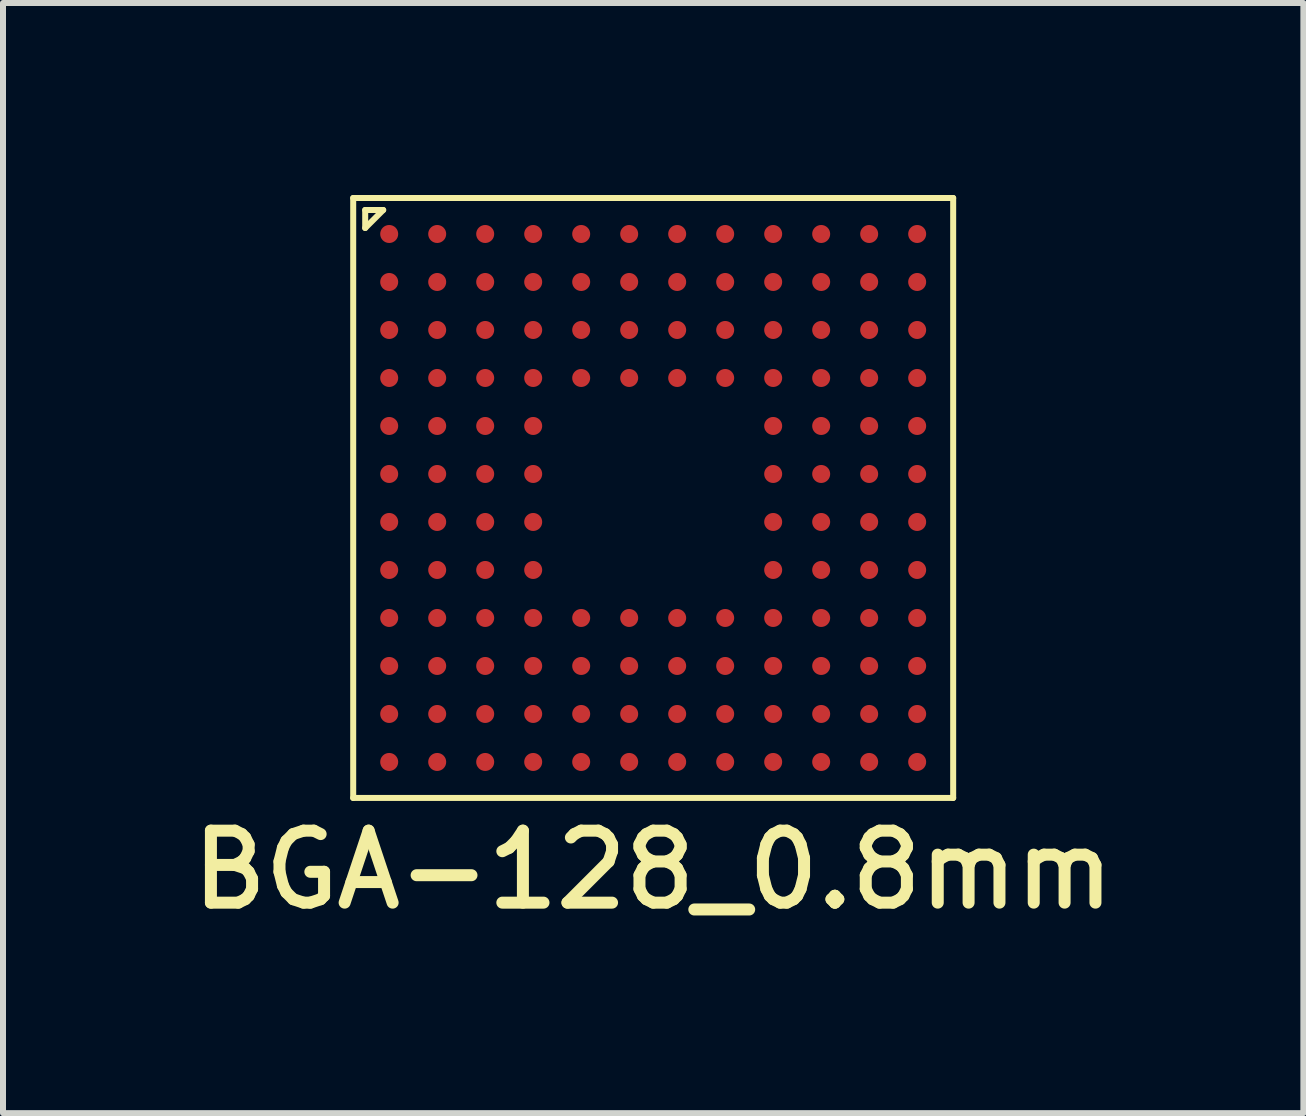
<source format=kicad_pcb>
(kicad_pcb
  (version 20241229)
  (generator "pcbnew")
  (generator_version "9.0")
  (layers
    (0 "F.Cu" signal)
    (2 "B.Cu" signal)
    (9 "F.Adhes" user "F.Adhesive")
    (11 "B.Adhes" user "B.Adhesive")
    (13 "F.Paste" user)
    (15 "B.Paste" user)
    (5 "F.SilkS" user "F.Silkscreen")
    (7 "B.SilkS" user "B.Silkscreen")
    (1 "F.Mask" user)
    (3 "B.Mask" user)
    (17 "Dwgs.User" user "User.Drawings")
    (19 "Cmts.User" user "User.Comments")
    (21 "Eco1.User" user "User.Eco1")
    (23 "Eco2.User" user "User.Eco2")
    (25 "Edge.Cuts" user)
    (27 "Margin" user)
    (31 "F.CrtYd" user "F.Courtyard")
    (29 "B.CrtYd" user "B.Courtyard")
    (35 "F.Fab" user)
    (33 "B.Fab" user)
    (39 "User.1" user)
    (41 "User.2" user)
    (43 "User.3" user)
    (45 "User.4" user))
  (footprint "BGA-128_0.8mm"
    (layer "F.Cu")
    (at 2.837 0.25)
    (property "Reference" "BGA-128_0.8mm" (at 5 11.2 0) (layer "F.SilkS") (effects (font (size 1.2 1.2) (thickness 0.2))))
    (attr through_hole)
    (fp_line (start 0 0) (end 0 10) (stroke (width 0.1) (type solid)) (layer "F.SilkS"))
    (fp_line (start 0 10) (end 10 10) (stroke (width 0.1) (type solid)) (layer "F.SilkS"))
    (fp_line (start 0.2 0.2) (end 0.5 0.2) (stroke (width 0.1) (type solid)) (layer "F.SilkS"))
    (fp_line (start 0.2 0.5) (end 0.2 0.2) (stroke (width 0.1) (type solid)) (layer "F.SilkS"))
    (fp_line (start 0.5 0.2) (end 0.2 0.5) (stroke (width 0.1) (type solid)) (layer "F.SilkS"))
    (fp_line (start 10 0) (end 0 0) (stroke (width 0.1) (type solid)) (layer "F.SilkS"))
    (fp_line (start 10 10) (end 10 0) (stroke (width 0.1) (type solid)) (layer "F.SilkS"))
    (pad "A1" smd circle (at 0.6 0.6 270) (size 0.3 0.3) (layers "F.Cu" "F.Mask" "F.Paste"))
    (pad "A2" smd circle (at 0.6 1.4 270) (size 0.3 0.3) (layers "F.Cu" "F.Mask" "F.Paste"))
    (pad "A3" smd circle (at 0.6 2.2 270) (size 0.3 0.3) (layers "F.Cu" "F.Mask" "F.Paste"))
    (pad "A4" smd circle (at 0.6 3 270) (size 0.3 0.3) (layers "F.Cu" "F.Mask" "F.Paste"))
    (pad "A5" smd circle (at 0.6 3.8 270) (size 0.3 0.3) (layers "F.Cu" "F.Mask" "F.Paste"))
    (pad "A6" smd circle (at 0.6 4.6 270) (size 0.3 0.3) (layers "F.Cu" "F.Mask" "F.Paste"))
    (pad "A7" smd circle (at 0.6 5.4 270) (size 0.3 0.3) (layers "F.Cu" "F.Mask" "F.Paste"))
    (pad "A8" smd circle (at 0.6 6.2 270) (size 0.3 0.3) (layers "F.Cu" "F.Mask" "F.Paste"))
    (pad "A9" smd circle (at 0.6 7 270) (size 0.3 0.3) (layers "F.Cu" "F.Mask" "F.Paste"))
    (pad "A10" smd circle (at 0.6 7.8 270) (size 0.3 0.3) (layers "F.Cu" "F.Mask" "F.Paste"))
    (pad "A11" smd circle (at 0.6 8.6 270) (size 0.3 0.3) (layers "F.Cu" "F.Mask" "F.Paste"))
    (pad "A12" smd circle (at 0.6 9.4 270) (size 0.3 0.3) (layers "F.Cu" "F.Mask" "F.Paste"))
    (pad "B1" smd circle (at 1.4 0.6 270) (size 0.3 0.3) (layers "F.Cu" "F.Mask" "F.Paste"))
    (pad "B2" smd circle (at 1.4 1.4 270) (size 0.3 0.3) (layers "F.Cu" "F.Mask" "F.Paste"))
    (pad "B3" smd circle (at 1.4 2.2 270) (size 0.3 0.3) (layers "F.Cu" "F.Mask" "F.Paste"))
    (pad "B4" smd circle (at 1.4 3 270) (size 0.3 0.3) (layers "F.Cu" "F.Mask" "F.Paste"))
    (pad "B5" smd circle (at 1.4 3.8 270) (size 0.3 0.3) (layers "F.Cu" "F.Mask" "F.Paste"))
    (pad "B6" smd circle (at 1.4 4.6 270) (size 0.3 0.3) (layers "F.Cu" "F.Mask" "F.Paste"))
    (pad "B7" smd circle (at 1.4 5.4 270) (size 0.3 0.3) (layers "F.Cu" "F.Mask" "F.Paste"))
    (pad "B8" smd circle (at 1.4 6.2 270) (size 0.3 0.3) (layers "F.Cu" "F.Mask" "F.Paste"))
    (pad "B9" smd circle (at 1.4 7 270) (size 0.3 0.3) (layers "F.Cu" "F.Mask" "F.Paste"))
    (pad "B10" smd circle (at 1.4 7.8 270) (size 0.3 0.3) (layers "F.Cu" "F.Mask" "F.Paste"))
    (pad "B11" smd circle (at 1.4 8.6 270) (size 0.3 0.3) (layers "F.Cu" "F.Mask" "F.Paste"))
    (pad "B12" smd circle (at 1.4 9.4 270) (size 0.3 0.3) (layers "F.Cu" "F.Mask" "F.Paste"))
    (pad "C1" smd circle (at 2.2 0.6 270) (size 0.3 0.3) (layers "F.Cu" "F.Mask" "F.Paste"))
    (pad "C2" smd circle (at 2.2 1.4 270) (size 0.3 0.3) (layers "F.Cu" "F.Mask" "F.Paste"))
    (pad "C3" smd circle (at 2.2 2.2 270) (size 0.3 0.3) (layers "F.Cu" "F.Mask" "F.Paste"))
    (pad "C4" smd circle (at 2.2 3 270) (size 0.3 0.3) (layers "F.Cu" "F.Mask" "F.Paste"))
    (pad "C5" smd circle (at 2.2 3.8 270) (size 0.3 0.3) (layers "F.Cu" "F.Mask" "F.Paste"))
    (pad "C6" smd circle (at 2.2 4.6 270) (size 0.3 0.3) (layers "F.Cu" "F.Mask" "F.Paste"))
    (pad "C7" smd circle (at 2.2 5.4 270) (size 0.3 0.3) (layers "F.Cu" "F.Mask" "F.Paste"))
    (pad "C8" smd circle (at 2.2 6.2 270) (size 0.3 0.3) (layers "F.Cu" "F.Mask" "F.Paste"))
    (pad "C9" smd circle (at 2.2 7 270) (size 0.3 0.3) (layers "F.Cu" "F.Mask" "F.Paste"))
    (pad "C10" smd circle (at 2.2 7.8 270) (size 0.3 0.3) (layers "F.Cu" "F.Mask" "F.Paste"))
    (pad "C11" smd circle (at 2.2 8.6 270) (size 0.3 0.3) (layers "F.Cu" "F.Mask" "F.Paste"))
    (pad "C12" smd circle (at 2.2 9.4 270) (size 0.3 0.3) (layers "F.Cu" "F.Mask" "F.Paste"))
    (pad "D1" smd circle (at 3 0.6 270) (size 0.3 0.3) (layers "F.Cu" "F.Mask" "F.Paste"))
    (pad "D2" smd circle (at 3 1.4 270) (size 0.3 0.3) (layers "F.Cu" "F.Mask" "F.Paste"))
    (pad "D3" smd circle (at 3 2.2 270) (size 0.3 0.3) (layers "F.Cu" "F.Mask" "F.Paste"))
    (pad "D4" smd circle (at 3 3 270) (size 0.3 0.3) (layers "F.Cu" "F.Mask" "F.Paste"))
    (pad "D5" smd circle (at 3 3.8 270) (size 0.3 0.3) (layers "F.Cu" "F.Mask" "F.Paste"))
    (pad "D6" smd circle (at 3 4.6 270) (size 0.3 0.3) (layers "F.Cu" "F.Mask" "F.Paste"))
    (pad "D7" smd circle (at 3 5.4 270) (size 0.3 0.3) (layers "F.Cu" "F.Mask" "F.Paste"))
    (pad "D8" smd circle (at 3 6.2 270) (size 0.3 0.3) (layers "F.Cu" "F.Mask" "F.Paste"))
    (pad "D9" smd circle (at 3 7 270) (size 0.3 0.3) (layers "F.Cu" "F.Mask" "F.Paste"))
    (pad "D10" smd circle (at 3 7.8 270) (size 0.3 0.3) (layers "F.Cu" "F.Mask" "F.Paste"))
    (pad "D11" smd circle (at 3 8.6 270) (size 0.3 0.3) (layers "F.Cu" "F.Mask" "F.Paste"))
    (pad "D12" smd circle (at 3 9.4 270) (size 0.3 0.3) (layers "F.Cu" "F.Mask" "F.Paste"))
    (pad "E1" smd circle (at 3.8 0.6 270) (size 0.3 0.3) (layers "F.Cu" "F.Mask" "F.Paste"))
    (pad "E2" smd circle (at 3.8 1.4 270) (size 0.3 0.3) (layers "F.Cu" "F.Mask" "F.Paste"))
    (pad "E3" smd circle (at 3.8 2.2 270) (size 0.3 0.3) (layers "F.Cu" "F.Mask" "F.Paste"))
    (pad "E4" smd circle (at 3.8 3 270) (size 0.3 0.3) (layers "F.Cu" "F.Mask" "F.Paste"))
    (pad "E9" smd circle (at 3.8 7 270) (size 0.3 0.3) (layers "F.Cu" "F.Mask" "F.Paste"))
    (pad "E10" smd circle (at 3.8 7.8 270) (size 0.3 0.3) (layers "F.Cu" "F.Mask" "F.Paste"))
    (pad "E11" smd circle (at 3.8 8.6 270) (size 0.3 0.3) (layers "F.Cu" "F.Mask" "F.Paste"))
    (pad "E12" smd circle (at 3.8 9.4 270) (size 0.3 0.3) (layers "F.Cu" "F.Mask" "F.Paste"))
    (pad "F1" smd circle (at 4.6 0.6 270) (size 0.3 0.3) (layers "F.Cu" "F.Mask" "F.Paste"))
    (pad "F2" smd circle (at 4.6 1.4 270) (size 0.3 0.3) (layers "F.Cu" "F.Mask" "F.Paste"))
    (pad "F3" smd circle (at 4.6 2.2 270) (size 0.3 0.3) (layers "F.Cu" "F.Mask" "F.Paste"))
    (pad "F4" smd circle (at 4.6 3 270) (size 0.3 0.3) (layers "F.Cu" "F.Mask" "F.Paste"))
    (pad "F9" smd circle (at 4.6 7 270) (size 0.3 0.3) (layers "F.Cu" "F.Mask" "F.Paste"))
    (pad "F10" smd circle (at 4.6 7.8 270) (size 0.3 0.3) (layers "F.Cu" "F.Mask" "F.Paste"))
    (pad "F11" smd circle (at 4.6 8.6 270) (size 0.3 0.3) (layers "F.Cu" "F.Mask" "F.Paste"))
    (pad "F12" smd circle (at 4.6 9.4 270) (size 0.3 0.3) (layers "F.Cu" "F.Mask" "F.Paste"))
    (pad "G1" smd circle (at 5.4 0.6 270) (size 0.3 0.3) (layers "F.Cu" "F.Mask" "F.Paste"))
    (pad "G2" smd circle (at 5.4 1.4 270) (size 0.3 0.3) (layers "F.Cu" "F.Mask" "F.Paste"))
    (pad "G3" smd circle (at 5.4 2.2 270) (size 0.3 0.3) (layers "F.Cu" "F.Mask" "F.Paste"))
    (pad "G4" smd circle (at 5.4 3 270) (size 0.3 0.3) (layers "F.Cu" "F.Mask" "F.Paste"))
    (pad "G9" smd circle (at 5.4 7 270) (size 0.3 0.3) (layers "F.Cu" "F.Mask" "F.Paste"))
    (pad "G10" smd circle (at 5.4 7.8 270) (size 0.3 0.3) (layers "F.Cu" "F.Mask" "F.Paste"))
    (pad "G11" smd circle (at 5.4 8.6 270) (size 0.3 0.3) (layers "F.Cu" "F.Mask" "F.Paste"))
    (pad "G12" smd circle (at 5.4 9.4 270) (size 0.3 0.3) (layers "F.Cu" "F.Mask" "F.Paste"))
    (pad "H1" smd circle (at 6.2 0.6 270) (size 0.3 0.3) (layers "F.Cu" "F.Mask" "F.Paste"))
    (pad "H2" smd circle (at 6.2 1.4 270) (size 0.3 0.3) (layers "F.Cu" "F.Mask" "F.Paste"))
    (pad "H3" smd circle (at 6.2 2.2 270) (size 0.3 0.3) (layers "F.Cu" "F.Mask" "F.Paste"))
    (pad "H4" smd circle (at 6.2 3 270) (size 0.3 0.3) (layers "F.Cu" "F.Mask" "F.Paste"))
    (pad "H9" smd circle (at 6.2 7 270) (size 0.3 0.3) (layers "F.Cu" "F.Mask" "F.Paste"))
    (pad "H10" smd circle (at 6.2 7.8 270) (size 0.3 0.3) (layers "F.Cu" "F.Mask" "F.Paste"))
    (pad "H11" smd circle (at 6.2 8.6 270) (size 0.3 0.3) (layers "F.Cu" "F.Mask" "F.Paste"))
    (pad "H12" smd circle (at 6.2 9.4 270) (size 0.3 0.3) (layers "F.Cu" "F.Mask" "F.Paste"))
    (pad "J1" smd circle (at 7 0.6 270) (size 0.3 0.3) (layers "F.Cu" "F.Mask" "F.Paste"))
    (pad "J2" smd circle (at 7 1.4 270) (size 0.3 0.3) (layers "F.Cu" "F.Mask" "F.Paste"))
    (pad "J3" smd circle (at 7 2.2 270) (size 0.3 0.3) (layers "F.Cu" "F.Mask" "F.Paste"))
    (pad "J4" smd circle (at 7 3 270) (size 0.3 0.3) (layers "F.Cu" "F.Mask" "F.Paste"))
    (pad "J5" smd circle (at 7 3.8 270) (size 0.3 0.3) (layers "F.Cu" "F.Mask" "F.Paste"))
    (pad "J6" smd circle (at 7 4.6 270) (size 0.3 0.3) (layers "F.Cu" "F.Mask" "F.Paste"))
    (pad "J7" smd circle (at 7 5.4 270) (size 0.3 0.3) (layers "F.Cu" "F.Mask" "F.Paste"))
    (pad "J8" smd circle (at 7 6.2 270) (size 0.3 0.3) (layers "F.Cu" "F.Mask" "F.Paste"))
    (pad "J9" smd circle (at 7 7 270) (size 0.3 0.3) (layers "F.Cu" "F.Mask" "F.Paste"))
    (pad "J10" smd circle (at 7 7.8 270) (size 0.3 0.3) (layers "F.Cu" "F.Mask" "F.Paste"))
    (pad "J11" smd circle (at 7 8.6 270) (size 0.3 0.3) (layers "F.Cu" "F.Mask" "F.Paste"))
    (pad "J12" smd circle (at 7 9.4 270) (size 0.3 0.3) (layers "F.Cu" "F.Mask" "F.Paste"))
    (pad "K1" smd circle (at 7.8 0.6 270) (size 0.3 0.3) (layers "F.Cu" "F.Mask" "F.Paste"))
    (pad "K2" smd circle (at 7.8 1.4 270) (size 0.3 0.3) (layers "F.Cu" "F.Mask" "F.Paste"))
    (pad "K3" smd circle (at 7.8 2.2 270) (size 0.3 0.3) (layers "F.Cu" "F.Mask" "F.Paste"))
    (pad "K4" smd circle (at 7.8 3 270) (size 0.3 0.3) (layers "F.Cu" "F.Mask" "F.Paste"))
    (pad "K5" smd circle (at 7.8 3.8 270) (size 0.3 0.3) (layers "F.Cu" "F.Mask" "F.Paste"))
    (pad "K6" smd circle (at 7.8 4.6 270) (size 0.3 0.3) (layers "F.Cu" "F.Mask" "F.Paste"))
    (pad "K7" smd circle (at 7.8 5.4 270) (size 0.3 0.3) (layers "F.Cu" "F.Mask" "F.Paste"))
    (pad "K8" smd circle (at 7.8 6.2 270) (size 0.3 0.3) (layers "F.Cu" "F.Mask" "F.Paste"))
    (pad "K9" smd circle (at 7.8 7 270) (size 0.3 0.3) (layers "F.Cu" "F.Mask" "F.Paste"))
    (pad "K10" smd circle (at 7.8 7.8 270) (size 0.3 0.3) (layers "F.Cu" "F.Mask" "F.Paste"))
    (pad "K11" smd circle (at 7.8 8.6 270) (size 0.3 0.3) (layers "F.Cu" "F.Mask" "F.Paste"))
    (pad "K12" smd circle (at 7.8 9.4 270) (size 0.3 0.3) (layers "F.Cu" "F.Mask" "F.Paste"))
    (pad "L1" smd circle (at 8.6 0.6 270) (size 0.3 0.3) (layers "F.Cu" "F.Mask" "F.Paste"))
    (pad "L2" smd circle (at 8.6 1.4 270) (size 0.3 0.3) (layers "F.Cu" "F.Mask" "F.Paste"))
    (pad "L3" smd circle (at 8.6 2.2 270) (size 0.3 0.3) (layers "F.Cu" "F.Mask" "F.Paste"))
    (pad "L4" smd circle (at 8.6 3 270) (size 0.3 0.3) (layers "F.Cu" "F.Mask" "F.Paste"))
    (pad "L5" smd circle (at 8.6 3.8 270) (size 0.3 0.3) (layers "F.Cu" "F.Mask" "F.Paste"))
    (pad "L6" smd circle (at 8.6 4.6 270) (size 0.3 0.3) (layers "F.Cu" "F.Mask" "F.Paste"))
    (pad "L7" smd circle (at 8.6 5.4 270) (size 0.3 0.3) (layers "F.Cu" "F.Mask" "F.Paste"))
    (pad "L8" smd circle (at 8.6 6.2 270) (size 0.3 0.3) (layers "F.Cu" "F.Mask" "F.Paste"))
    (pad "L9" smd circle (at 8.6 7 270) (size 0.3 0.3) (layers "F.Cu" "F.Mask" "F.Paste"))
    (pad "L10" smd circle (at 8.6 7.8 270) (size 0.3 0.3) (layers "F.Cu" "F.Mask" "F.Paste"))
    (pad "L11" smd circle (at 8.6 8.6 270) (size 0.3 0.3) (layers "F.Cu" "F.Mask" "F.Paste"))
    (pad "L12" smd circle (at 8.6 9.4 270) (size 0.3 0.3) (layers "F.Cu" "F.Mask" "F.Paste"))
    (pad "M1" smd circle (at 9.4 0.6 270) (size 0.3 0.3) (layers "F.Cu" "F.Mask" "F.Paste"))
    (pad "M2" smd circle (at 9.4 1.4 270) (size 0.3 0.3) (layers "F.Cu" "F.Mask" "F.Paste"))
    (pad "M3" smd circle (at 9.4 2.2 270) (size 0.3 0.3) (layers "F.Cu" "F.Mask" "F.Paste"))
    (pad "M4" smd circle (at 9.4 3 270) (size 0.3 0.3) (layers "F.Cu" "F.Mask" "F.Paste"))
    (pad "M5" smd circle (at 9.4 3.8 270) (size 0.3 0.3) (layers "F.Cu" "F.Mask" "F.Paste"))
    (pad "M6" smd circle (at 9.4 4.6 270) (size 0.3 0.3) (layers "F.Cu" "F.Mask" "F.Paste"))
    (pad "M7" smd circle (at 9.4 5.4 270) (size 0.3 0.3) (layers "F.Cu" "F.Mask" "F.Paste"))
    (pad "M8" smd circle (at 9.4 6.2 270) (size 0.3 0.3) (layers "F.Cu" "F.Mask" "F.Paste"))
    (pad "M9" smd circle (at 9.4 7 270) (size 0.3 0.3) (layers "F.Cu" "F.Mask" "F.Paste"))
    (pad "M10" smd circle (at 9.4 7.8 270) (size 0.3 0.3) (layers "F.Cu" "F.Mask" "F.Paste"))
    (pad "M11" smd circle (at 9.4 8.6 270) (size 0.3 0.3) (layers "F.Cu" "F.Mask" "F.Paste"))
    (pad "M12" smd circle (at 9.4 9.4 270) (size 0.3 0.3) (layers "F.Cu" "F.Mask" "F.Paste")))
  (gr_rect
    (start -3 -3)
    (end 18.674 15.503)
    (stroke (width 0.1) (type default))
    (fill no)
    (layer "Edge.Cuts")))
</source>
